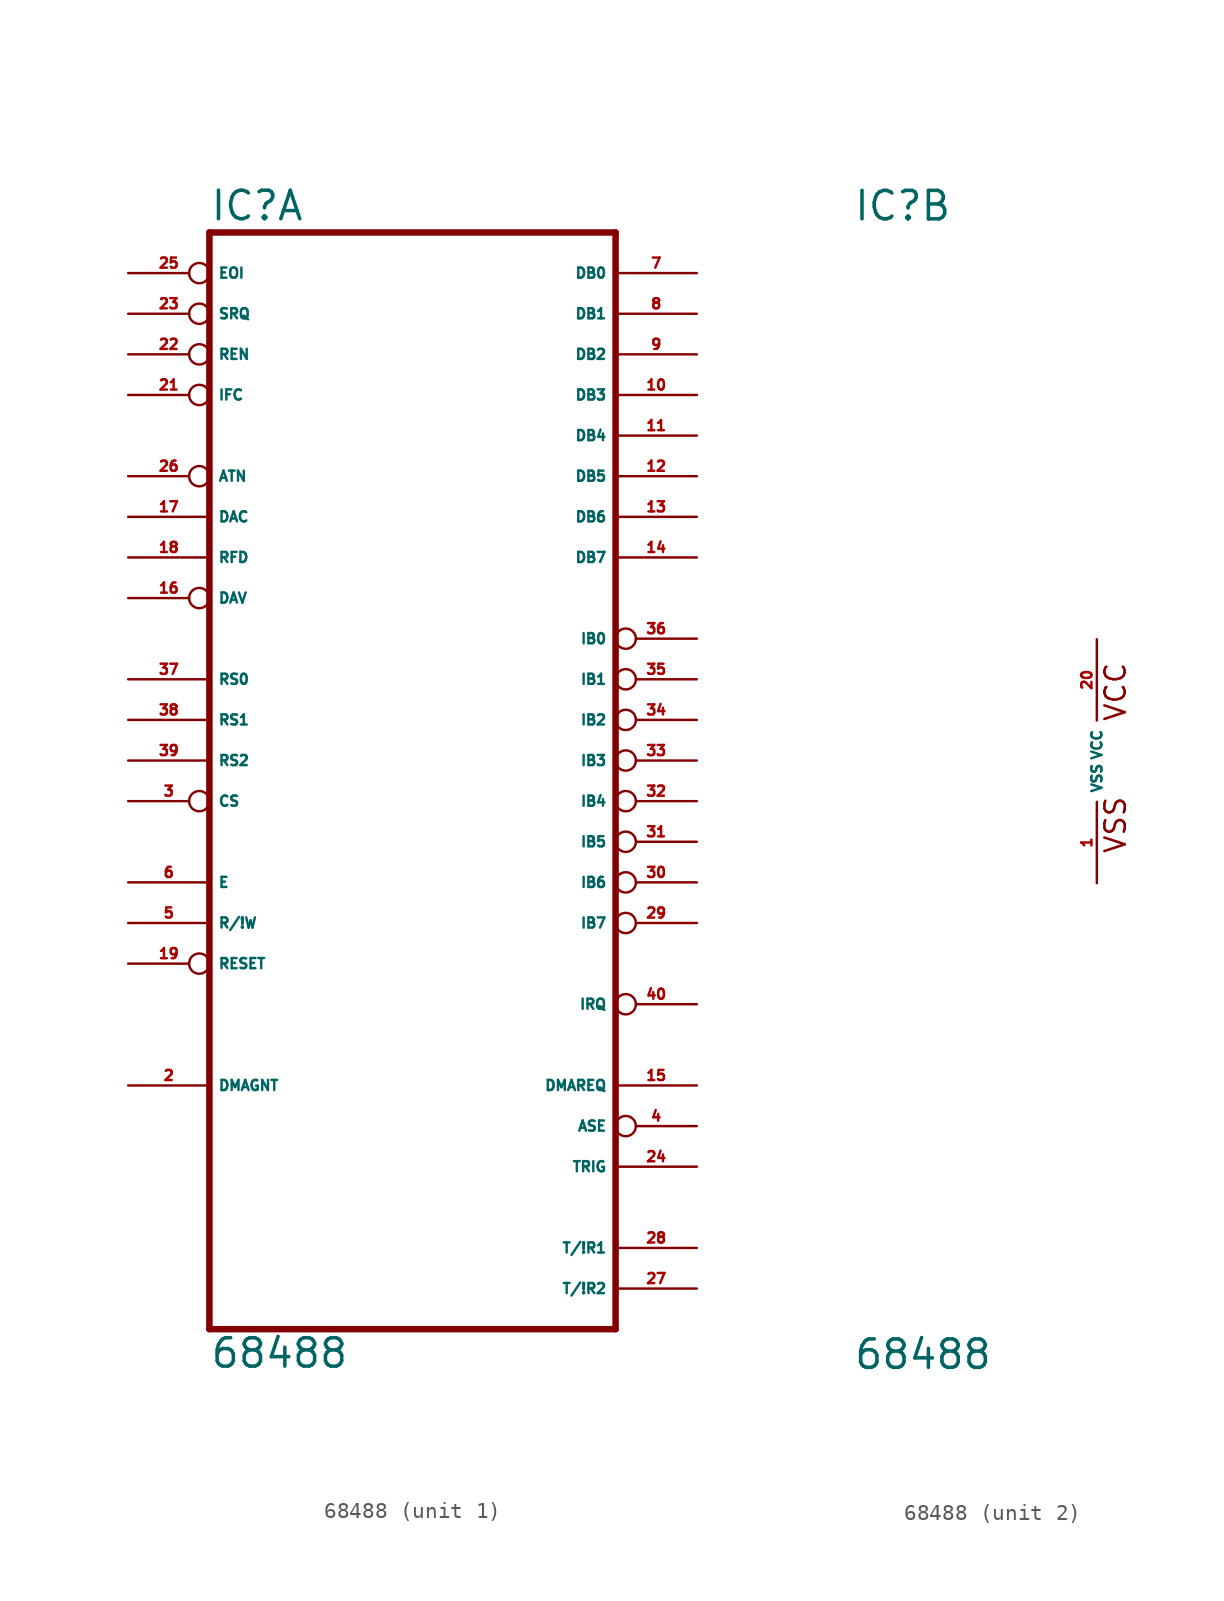
<source format=kicad_sym>
(kicad_symbol_lib
  (version 20220914)
  (generator Eagle2Kicad)
  (symbol "68488"
    (property "Reference" "IC"
      (at -15.24 33.655 0)
      (effects (font (size 1.778 1.778) (thickness 0.22)) (justify left bottom)))
    (property "Value" "68488"
      (at -15.24 -38.1 0)
      (effects (font (size 1.778 1.778) (thickness 0.22)) (justify left bottom)))
    (symbol "68488_1_0"
      (polyline (pts (xy -15.24 -35.56) (xy 10.16 -35.56)) (stroke (width 0.406) (type default)) (fill (type none)))
      (polyline (pts (xy 10.16 -35.56) (xy 10.16 33.02)) (stroke (width 0.406) (type default)) (fill (type none)))
      (polyline (pts (xy 10.16 33.02) (xy -15.24 33.02)) (stroke (width 0.406) (type default)) (fill (type none)))
      (polyline (pts (xy -15.24 33.02) (xy -15.24 -35.56)) (stroke (width 0.406) (type default)) (fill (type none)))
      (pin input line (at -20.32 -20.32 0) (length 5.08) (name "DMAGNT" (effects (font (size 0.635 0.635) (thickness 0.08)) (justify left bottom))) (number "2" (effects (font (size 0.635 0.635) (thickness 0.08)) (justify left bottom))))
      (pin input inverted (at -20.32 -2.54 0) (length 5.08) (name "CS" (effects (font (size 0.635 0.635) (thickness 0.08)) (justify left bottom))) (number "3" (effects (font (size 0.635 0.635) (thickness 0.08)) (justify left bottom))))
      (pin output inverted (at 15.24 -22.86 180) (length 5.08) (name "ASE" (effects (font (size 0.635 0.635) (thickness 0.08)) (justify left bottom))) (number "4" (effects (font (size 0.635 0.635) (thickness 0.08)) (justify left bottom))))
      (pin input line (at -20.32 -10.16 0) (length 5.08) (name "R/!W" (effects (font (size 0.635 0.635) (thickness 0.08)) (justify left bottom))) (number "5" (effects (font (size 0.635 0.635) (thickness 0.08)) (justify left bottom))))
      (pin input line (at -20.32 -7.62 0) (length 5.08) (name "E" (effects (font (size 0.635 0.635) (thickness 0.08)) (justify left bottom))) (number "6" (effects (font (size 0.635 0.635) (thickness 0.08)) (justify left bottom))))
      (pin bidirectional line (at 15.24 30.48 180) (length 5.08) (name "DB0" (effects (font (size 0.635 0.635) (thickness 0.08)) (justify left bottom))) (number "7" (effects (font (size 0.635 0.635) (thickness 0.08)) (justify left bottom))))
      (pin bidirectional line (at 15.24 27.94 180) (length 5.08) (name "DB1" (effects (font (size 0.635 0.635) (thickness 0.08)) (justify left bottom))) (number "8" (effects (font (size 0.635 0.635) (thickness 0.08)) (justify left bottom))))
      (pin bidirectional line (at 15.24 25.4 180) (length 5.08) (name "DB2" (effects (font (size 0.635 0.635) (thickness 0.08)) (justify left bottom))) (number "9" (effects (font (size 0.635 0.635) (thickness 0.08)) (justify left bottom))))
      (pin bidirectional line (at 15.24 22.86 180) (length 5.08) (name "DB3" (effects (font (size 0.635 0.635) (thickness 0.08)) (justify left bottom))) (number "10" (effects (font (size 0.635 0.635) (thickness 0.08)) (justify left bottom))))
      (pin bidirectional line (at 15.24 20.32 180) (length 5.08) (name "DB4" (effects (font (size 0.635 0.635) (thickness 0.08)) (justify left bottom))) (number "11" (effects (font (size 0.635 0.635) (thickness 0.08)) (justify left bottom))))
      (pin bidirectional line (at 15.24 17.78 180) (length 5.08) (name "DB5" (effects (font (size 0.635 0.635) (thickness 0.08)) (justify left bottom))) (number "12" (effects (font (size 0.635 0.635) (thickness 0.08)) (justify left bottom))))
      (pin bidirectional line (at 15.24 15.24 180) (length 5.08) (name "DB6" (effects (font (size 0.635 0.635) (thickness 0.08)) (justify left bottom))) (number "13" (effects (font (size 0.635 0.635) (thickness 0.08)) (justify left bottom))))
      (pin bidirectional line (at 15.24 12.7 180) (length 5.08) (name "DB7" (effects (font (size 0.635 0.635) (thickness 0.08)) (justify left bottom))) (number "14" (effects (font (size 0.635 0.635) (thickness 0.08)) (justify left bottom))))
      (pin output line (at 15.24 -20.32 180) (length 5.08) (name "DMAREQ" (effects (font (size 0.635 0.635) (thickness 0.08)) (justify left bottom))) (number "15" (effects (font (size 0.635 0.635) (thickness 0.08)) (justify left bottom))))
      (pin bidirectional inverted (at -20.32 10.16 0) (length 5.08) (name "DAV" (effects (font (size 0.635 0.635) (thickness 0.08)) (justify left bottom))) (number "16" (effects (font (size 0.635 0.635) (thickness 0.08)) (justify left bottom))))
      (pin bidirectional line (at -20.32 15.24 0) (length 5.08) (name "DAC" (effects (font (size 0.635 0.635) (thickness 0.08)) (justify left bottom))) (number "17" (effects (font (size 0.635 0.635) (thickness 0.08)) (justify left bottom))))
      (pin bidirectional line (at -20.32 12.7 0) (length 5.08) (name "RFD" (effects (font (size 0.635 0.635) (thickness 0.08)) (justify left bottom))) (number "18" (effects (font (size 0.635 0.635) (thickness 0.08)) (justify left bottom))))
      (pin input inverted (at -20.32 -12.7 0) (length 5.08) (name "RESET" (effects (font (size 0.635 0.635) (thickness 0.08)) (justify left bottom))) (number "19" (effects (font (size 0.635 0.635) (thickness 0.08)) (justify left bottom))))
      (pin input inverted (at -20.32 22.86 0) (length 5.08) (name "IFC" (effects (font (size 0.635 0.635) (thickness 0.08)) (justify left bottom))) (number "21" (effects (font (size 0.635 0.635) (thickness 0.08)) (justify left bottom))))
      (pin input inverted (at -20.32 25.4 0) (length 5.08) (name "REN" (effects (font (size 0.635 0.635) (thickness 0.08)) (justify left bottom))) (number "22" (effects (font (size 0.635 0.635) (thickness 0.08)) (justify left bottom))))
      (pin bidirectional inverted (at -20.32 27.94 0) (length 5.08) (name "SRQ" (effects (font (size 0.635 0.635) (thickness 0.08)) (justify left bottom))) (number "23" (effects (font (size 0.635 0.635) (thickness 0.08)) (justify left bottom))))
      (pin output line (at 15.24 -25.4 180) (length 5.08) (name "TRIG" (effects (font (size 0.635 0.635) (thickness 0.08)) (justify left bottom))) (number "24" (effects (font (size 0.635 0.635) (thickness 0.08)) (justify left bottom))))
      (pin bidirectional inverted (at -20.32 30.48 0) (length 5.08) (name "EOI" (effects (font (size 0.635 0.635) (thickness 0.08)) (justify left bottom))) (number "25" (effects (font (size 0.635 0.635) (thickness 0.08)) (justify left bottom))))
      (pin input inverted (at -20.32 17.78 0) (length 5.08) (name "ATN" (effects (font (size 0.635 0.635) (thickness 0.08)) (justify left bottom))) (number "26" (effects (font (size 0.635 0.635) (thickness 0.08)) (justify left bottom))))
      (pin bidirectional line (at 15.24 -33.02 180) (length 5.08) (name "T/!R2" (effects (font (size 0.635 0.635) (thickness 0.08)) (justify left bottom))) (number "27" (effects (font (size 0.635 0.635) (thickness 0.08)) (justify left bottom))))
      (pin bidirectional line (at 15.24 -30.48 180) (length 5.08) (name "T/!R1" (effects (font (size 0.635 0.635) (thickness 0.08)) (justify left bottom))) (number "28" (effects (font (size 0.635 0.635) (thickness 0.08)) (justify left bottom))))
      (pin bidirectional inverted (at 15.24 -10.16 180) (length 5.08) (name "IB7" (effects (font (size 0.635 0.635) (thickness 0.08)) (justify left bottom))) (number "29" (effects (font (size 0.635 0.635) (thickness 0.08)) (justify left bottom))))
      (pin bidirectional inverted (at 15.24 -7.62 180) (length 5.08) (name "IB6" (effects (font (size 0.635 0.635) (thickness 0.08)) (justify left bottom))) (number "30" (effects (font (size 0.635 0.635) (thickness 0.08)) (justify left bottom))))
      (pin bidirectional inverted (at 15.24 -5.08 180) (length 5.08) (name "IB5" (effects (font (size 0.635 0.635) (thickness 0.08)) (justify left bottom))) (number "31" (effects (font (size 0.635 0.635) (thickness 0.08)) (justify left bottom))))
      (pin bidirectional inverted (at 15.24 -2.54 180) (length 5.08) (name "IB4" (effects (font (size 0.635 0.635) (thickness 0.08)) (justify left bottom))) (number "32" (effects (font (size 0.635 0.635) (thickness 0.08)) (justify left bottom))))
      (pin bidirectional inverted (at 15.24 0 180) (length 5.08) (name "IB3" (effects (font (size 0.635 0.635) (thickness 0.08)) (justify left bottom))) (number "33" (effects (font (size 0.635 0.635) (thickness 0.08)) (justify left bottom))))
      (pin bidirectional inverted (at 15.24 2.54 180) (length 5.08) (name "IB2" (effects (font (size 0.635 0.635) (thickness 0.08)) (justify left bottom))) (number "34" (effects (font (size 0.635 0.635) (thickness 0.08)) (justify left bottom))))
      (pin bidirectional inverted (at 15.24 5.08 180) (length 5.08) (name "IB1" (effects (font (size 0.635 0.635) (thickness 0.08)) (justify left bottom))) (number "35" (effects (font (size 0.635 0.635) (thickness 0.08)) (justify left bottom))))
      (pin bidirectional inverted (at 15.24 7.62 180) (length 5.08) (name "IB0" (effects (font (size 0.635 0.635) (thickness 0.08)) (justify left bottom))) (number "36" (effects (font (size 0.635 0.635) (thickness 0.08)) (justify left bottom))))
      (pin input line (at -20.32 5.08 0) (length 5.08) (name "RS0" (effects (font (size 0.635 0.635) (thickness 0.08)) (justify left bottom))) (number "37" (effects (font (size 0.635 0.635) (thickness 0.08)) (justify left bottom))))
      (pin input line (at -20.32 2.54 0) (length 5.08) (name "RS1" (effects (font (size 0.635 0.635) (thickness 0.08)) (justify left bottom))) (number "38" (effects (font (size 0.635 0.635) (thickness 0.08)) (justify left bottom))))
      (pin input line (at -20.32 0 0) (length 5.08) (name "RS2" (effects (font (size 0.635 0.635) (thickness 0.08)) (justify left bottom))) (number "39" (effects (font (size 0.635 0.635) (thickness 0.08)) (justify left bottom))))
      (pin output inverted (at 15.24 -15.24 180) (length 5.08) (name "IRQ" (effects (font (size 0.635 0.635) (thickness 0.08)) (justify left bottom))) (number "40" (effects (font (size 0.635 0.635) (thickness 0.08)) (justify left bottom)))))
    (symbol "68488_2_0"
      (text "VSS" (at 1.905 -5.842 900) (effects (font (size 1.27 1.27) (thickness 0.16)) (justify left bottom)))
      (text "VCC" (at 1.905 2.413 900) (effects (font (size 1.27 1.27) (thickness 0.16)) (justify left bottom)))
      (pin unspecified line (at 0 -7.62 90) (length 5.08) (name "VSS" (effects (font (size 0.635 0.635) (thickness 0.08)) (justify left bottom))) (number "1" (effects (font (size 0.635 0.635) (thickness 0.08)) (justify left bottom))))
      (pin unspecified line (at 0 7.62 270) (length 5.08) (name "VCC" (effects (font (size 0.635 0.635) (thickness 0.08)) (justify left bottom))) (number "20" (effects (font (size 0.635 0.635) (thickness 0.08)) (justify left bottom)))))))
</source>
